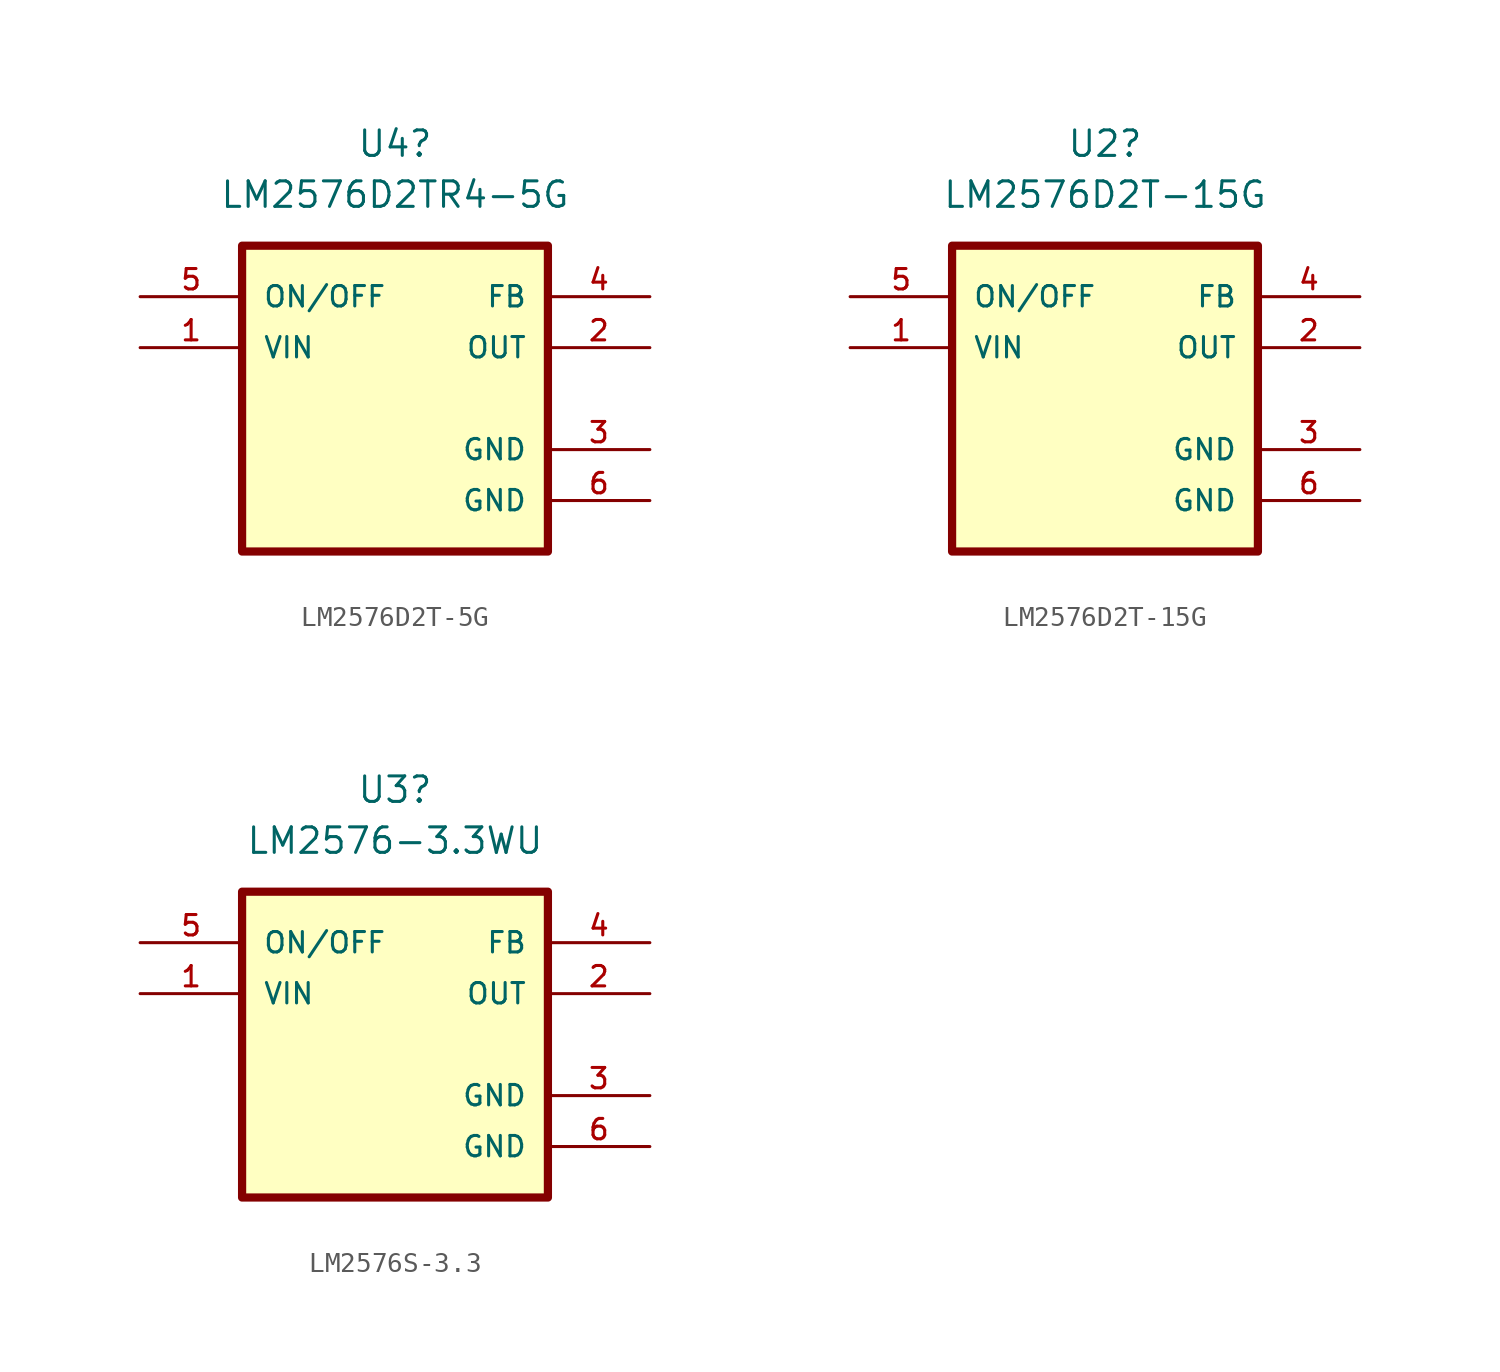
<source format=kicad_sym>
(kicad_symbol_lib
  (version 20231120)
  (generator "kicad_symbol_editor")
  (generator_version "8.0")
  (symbol "LM2576D2T-5G"
    (pin_names
      (offset 1.016))
    (property "Reference" "U4"
      (at 0 12.7 0)
      (effects (font (size 1.27 1.27))))
    (property "Value" "LM2576D2TR4-5G"
      (at 0 10.16 0)
      (effects (font (size 1.27 1.27))))
    (symbol "LM2576D2T-5G_0_0"
      (rectangle (start -7.62 7.62) (end 7.62 -7.62) (stroke (width 0.41) (type default)) (fill (type background)))
      (pin input line (at -12.7 2.54 0) (length 5.08) (name "VIN" (effects (font (size 1.016 1.016)))) (number "1" (effects (font (size 1.016 1.016)))))
      (pin output line (at 12.7 2.54 180) (length 5.08) (name "OUT" (effects (font (size 1.016 1.016)))) (number "2" (effects (font (size 1.016 1.016)))))
      (pin power_in line (at 12.7 -2.54 180) (length 5.08) (name "GND" (effects (font (size 1.016 1.016)))) (number "3" (effects (font (size 1.016 1.016)))))
      (pin output line (at 12.7 5.08 180) (length 5.08) (name "FB" (effects (font (size 1.016 1.016)))) (number "4" (effects (font (size 1.016 1.016)))))
      (pin input line (at -12.7 5.08 0) (length 5.08) (name "ON/OFF" (effects (font (size 1.016 1.016)))) (number "5" (effects (font (size 1.016 1.016)))))
      (pin power_in line (at 12.7 -5.08 180) (length 5.08) (name "GND" (effects (font (size 1.016 1.016)))) (number "6" (effects (font (size 1.016 1.016)))))))
  (symbol "LM2576D2T-15G"
    (pin_names
      (offset 1.016))
    (property "Reference" "U2"
      (at 0 12.7 0)
      (effects (font (size 1.27 1.27))))
    (property "Value" "LM2576D2T-15G"
      (at 0 10.16 0)
      (effects (font (size 1.27 1.27))))
    (symbol "LM2576D2T-15G_0_0"
      (rectangle (start -7.62 7.62) (end 7.62 -7.62) (stroke (width 0.41) (type default)) (fill (type background)))
      (pin input line (at -12.7 2.54 0) (length 5.08) (name "VIN" (effects (font (size 1.016 1.016)))) (number "1" (effects (font (size 1.016 1.016)))))
      (pin output line (at 12.7 2.54 180) (length 5.08) (name "OUT" (effects (font (size 1.016 1.016)))) (number "2" (effects (font (size 1.016 1.016)))))
      (pin power_in line (at 12.7 -2.54 180) (length 5.08) (name "GND" (effects (font (size 1.016 1.016)))) (number "3" (effects (font (size 1.016 1.016)))))
      (pin output line (at 12.7 5.08 180) (length 5.08) (name "FB" (effects (font (size 1.016 1.016)))) (number "4" (effects (font (size 1.016 1.016)))))
      (pin input line (at -12.7 5.08 0) (length 5.08) (name "ON/OFF" (effects (font (size 1.016 1.016)))) (number "5" (effects (font (size 1.016 1.016)))))
      (pin power_in line (at 12.7 -5.08 180) (length 5.08) (name "GND" (effects (font (size 1.016 1.016)))) (number "6" (effects (font (size 1.016 1.016)))))))
  (symbol "LM2576S-3.3"
    (pin_names
      (offset 1.016))
    (property "Reference" "U3"
      (at 0 12.7 0)
      (effects (font (size 1.27 1.27))))
    (property "Value" "LM2576-3.3WU"
      (at 0 10.16 0)
      (effects (font (size 1.27 1.27))))
    (symbol "LM2576S-3.3_0_0"
      (rectangle (start -7.62 7.62) (end 7.62 -7.62) (stroke (width 0.41) (type default)) (fill (type background)))
      (pin input line (at -12.7 2.54 0) (length 5.08) (name "VIN" (effects (font (size 1.016 1.016)))) (number "1" (effects (font (size 1.016 1.016)))))
      (pin output line (at 12.7 2.54 180) (length 5.08) (name "OUT" (effects (font (size 1.016 1.016)))) (number "2" (effects (font (size 1.016 1.016)))))
      (pin power_in line (at 12.7 -2.54 180) (length 5.08) (name "GND" (effects (font (size 1.016 1.016)))) (number "3" (effects (font (size 1.016 1.016)))))
      (pin output line (at 12.7 5.08 180) (length 5.08) (name "FB" (effects (font (size 1.016 1.016)))) (number "4" (effects (font (size 1.016 1.016)))))
      (pin input line (at -12.7 5.08 0) (length 5.08) (name "ON/OFF" (effects (font (size 1.016 1.016)))) (number "5" (effects (font (size 1.016 1.016)))))
      (pin power_in line (at 12.7 -5.08 180) (length 5.08) (name "GND" (effects (font (size 1.016 1.016)))) (number "6" (effects (font (size 1.016 1.016))))))))
</source>
